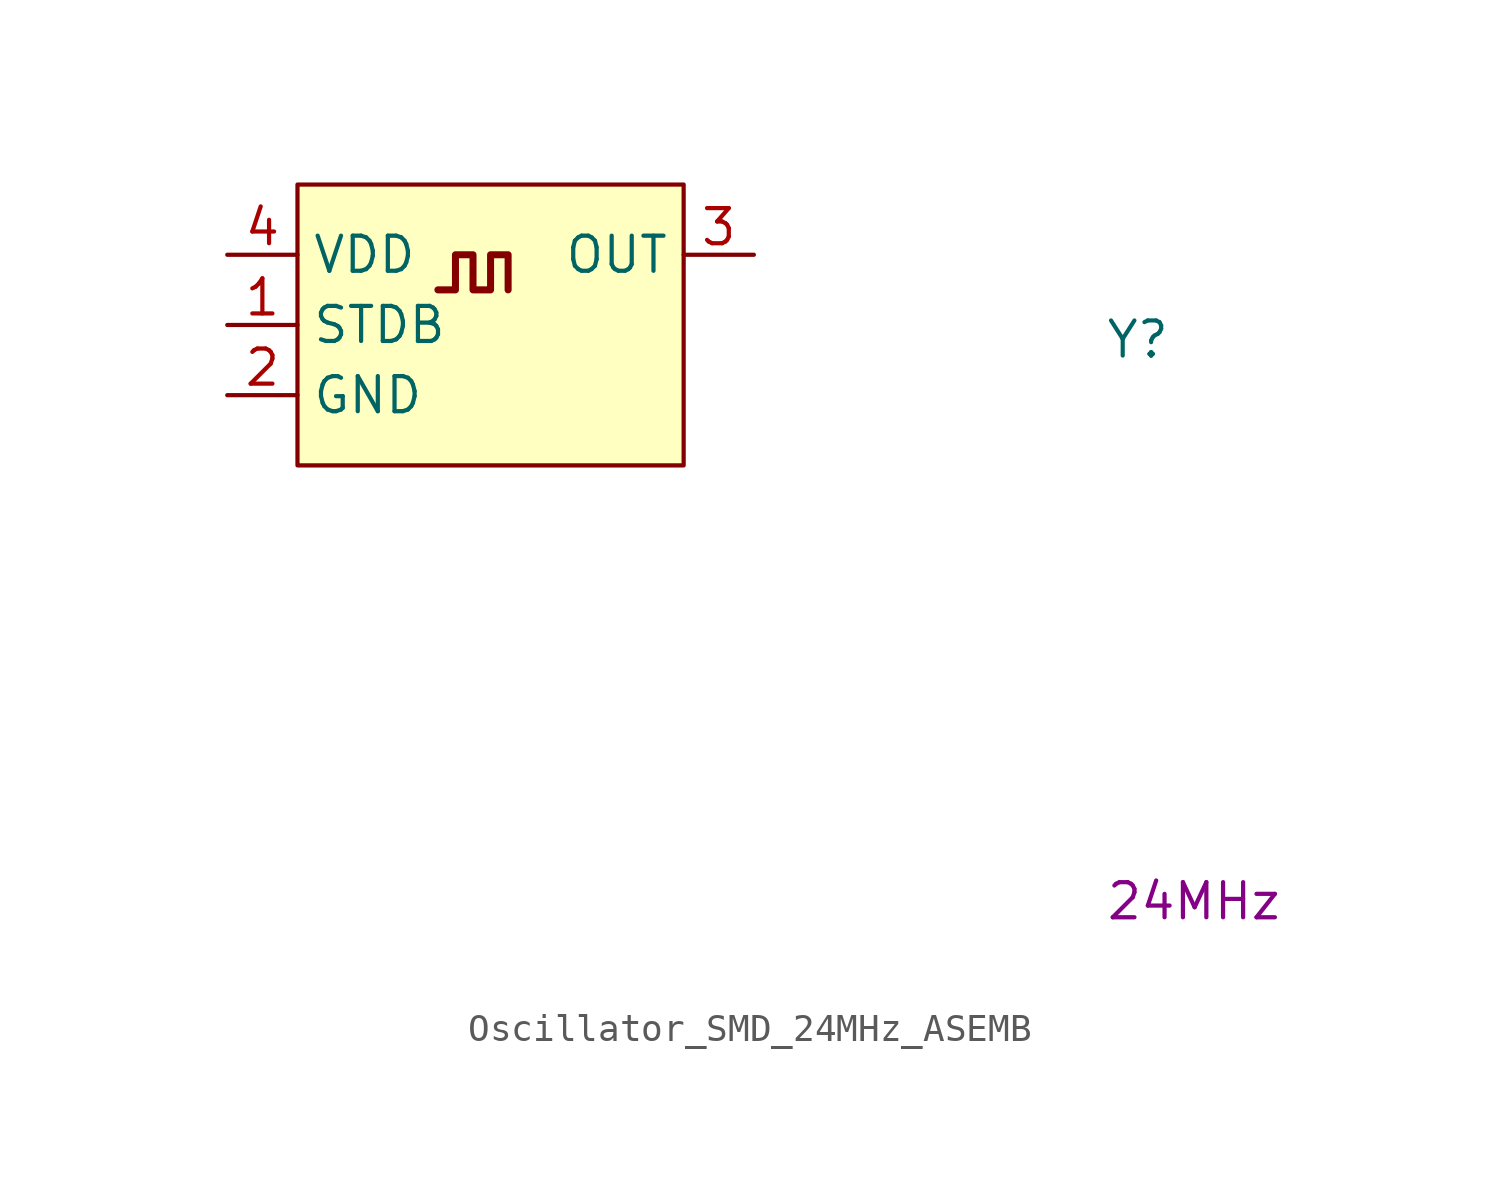
<source format=kicad_sym>
(kicad_symbol_lib
  (version 20211014)
  (generator kicad_symbol_editor)
  (symbol "Oscillator_SMD_24MHz_ASEMB"
    (property "Reference" "Y"
      (at 31.75 -3.81 0)
      (effects (font (size 1.27 1.27) (thickness 0.15)) (justify left bottom)))
    (property "Val" "24MHz"
      (at 31.75 -24.13 0)
      (effects (font (size 1.27 1.27)) (justify left bottom)))
    (symbol "Oscillator_SMD_24MHz_ASEMB_1_1"
      (polyline (pts (xy 7.62 -1.27) (xy 8.255 -1.27) (xy 8.255 0) (xy 8.89 0) (xy 8.89 -1.27) (xy 9.525 -1.27) (xy 9.525 0) (xy 10.16 0) (xy 10.16 -1.27)) (stroke (width 0.254) (type default) (color 0 0 0 0)) (fill (type background)))
      (rectangle (start 2.54 2.54) (end 16.51 -7.62) (stroke (width 0) (type default) (color 0 0 0 0)) (fill (type background)))
      (pin input line (at 0 -2.54 0) (length 2.54) (name "STDB" (effects (font (size 1.27 1.27)))) (number "1" (effects (font (size 1.27 1.27)))))
      (pin power_in line (at 0 -5.08 0) (length 2.54) (name "GND" (effects (font (size 1.27 1.27)))) (number "2" (effects (font (size 1.27 1.27)))))
      (pin output line (at 19.05 0 180) (length 2.54) (name "OUT" (effects (font (size 1.27 1.27)))) (number "3" (effects (font (size 1.27 1.27)))))
      (pin power_in line (at 0 0 0) (length 2.54) (name "VDD" (effects (font (size 1.27 1.27)))) (number "4" (effects (font (size 1.27 1.27))))))))
</source>
